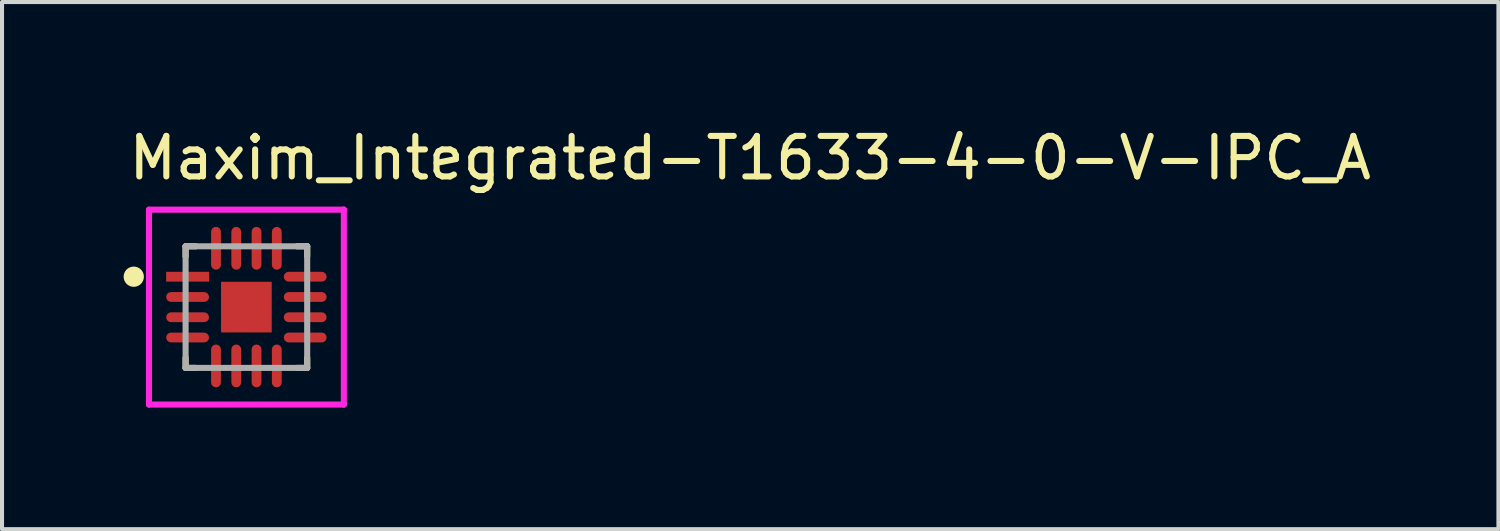
<source format=kicad_pcb>
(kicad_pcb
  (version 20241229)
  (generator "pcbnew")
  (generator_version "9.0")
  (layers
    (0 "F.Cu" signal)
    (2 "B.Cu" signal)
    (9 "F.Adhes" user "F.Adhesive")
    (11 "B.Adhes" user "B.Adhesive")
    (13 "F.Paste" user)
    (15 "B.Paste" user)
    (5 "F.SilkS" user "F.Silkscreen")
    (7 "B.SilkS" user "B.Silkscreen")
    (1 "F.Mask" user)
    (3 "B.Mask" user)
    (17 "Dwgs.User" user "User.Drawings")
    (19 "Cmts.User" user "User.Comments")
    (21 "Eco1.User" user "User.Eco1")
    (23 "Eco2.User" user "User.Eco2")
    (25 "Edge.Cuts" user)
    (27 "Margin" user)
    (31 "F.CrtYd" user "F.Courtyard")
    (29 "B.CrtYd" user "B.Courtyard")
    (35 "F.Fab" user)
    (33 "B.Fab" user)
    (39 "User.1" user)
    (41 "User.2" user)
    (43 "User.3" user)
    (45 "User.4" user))
  (footprint "Maxim_Integrated-T1633-4-0-V-IPC_A"
    (layer "F.Cu")
    (at 3.029 4.527)
    (property "Reference" "Maxim_Integrated-T1633-4-0-V-IPC_A" (at -2.979 -3.679 0) (layer "F.SilkS") (effects (font (size 1 1) (thickness 0.15)) (justify left)))
    (attr through_hole)
    (fp_line (start -1.5 -1.5) (end -1.5 -1.25) (stroke (width 0.15) (type solid)) (layer "F.SilkS"))
    (fp_line (start -1.5 1.5) (end -1.5 1.25) (stroke (width 0.15) (type solid)) (layer "F.SilkS"))
    (fp_line (start -1.25 -1.5) (end -1.5 -1.5) (stroke (width 0.15) (type solid)) (layer "F.SilkS"))
    (fp_line (start -1.25 1.5) (end -1.5 1.5) (stroke (width 0.15) (type solid)) (layer "F.SilkS"))
    (fp_line (start 1.25 -1.5) (end 1.5 -1.5) (stroke (width 0.15) (type solid)) (layer "F.SilkS"))
    (fp_line (start 1.25 1.5) (end 1.5 1.5) (stroke (width 0.15) (type solid)) (layer "F.SilkS"))
    (fp_line (start 1.5 -1.5) (end 1.5 -1.25) (stroke (width 0.15) (type solid)) (layer "F.SilkS"))
    (fp_line (start 1.5 1.5) (end 1.5 1.25) (stroke (width 0.15) (type solid)) (layer "F.SilkS"))
    (fp_circle (center -2.779 -0.75) (end -2.654 -0.75) (stroke (width 0.25) (type solid)) (fill no) (layer "F.SilkS"))
    (fp_poly (pts (xy -0.395 -0.395) (xy 0.395 -0.395) (xy 0.395 0.395) (xy -0.395 0.395)) (stroke (width 0) (type solid)) (fill yes) (layer "F.Paste"))
    (fp_line (start -2.404 -2.404) (end -2.404 2.404) (stroke (width 0.15) (type solid)) (layer "F.CrtYd"))
    (fp_line (start -2.404 2.404) (end 2.404 2.404) (stroke (width 0.15) (type solid)) (layer "F.CrtYd"))
    (fp_line (start 2.404 -2.404) (end -2.404 -2.404) (stroke (width 0.15) (type solid)) (layer "F.CrtYd"))
    (fp_line (start 2.404 -2.404) (end 2.404 -2.404) (stroke (width 0.15) (type solid)) (layer "F.CrtYd"))
    (fp_line (start 2.404 2.404) (end 2.404 -2.404) (stroke (width 0.15) (type solid)) (layer "F.CrtYd"))
    (fp_line (start -1.5 -1.5) (end 1.5 -1.5) (stroke (width 0.15) (type solid)) (layer "F.Fab"))
    (fp_line (start -1.5 1.5) (end -1.5 -1.5) (stroke (width 0.15) (type solid)) (layer "F.Fab"))
    (fp_line (start 1.5 -1.5) (end 1.5 1.5) (stroke (width 0.15) (type solid)) (layer "F.Fab"))
    (fp_line (start 1.5 1.5) (end -1.5 1.5) (stroke (width 0.15) (type solid)) (layer "F.Fab"))
    (pad "1" smd rect (at -1.451 -0.75) (size 1.057 0.242) (layers "F.Cu" "F.Mask" "F.Paste"))
    (pad "2" smd roundrect (at -1.451 -0.25) (size 1.057 0.242) (layers "F.Cu" "F.Mask" "F.Paste") (roundrect_rratio 0.5))
    (pad "3" smd roundrect (at -1.451 0.25) (size 1.057 0.242) (layers "F.Cu" "F.Mask" "F.Paste") (roundrect_rratio 0.5))
    (pad "4" smd roundrect (at -1.451 0.75) (size 1.057 0.242) (layers "F.Cu" "F.Mask" "F.Paste") (roundrect_rratio 0.5))
    (pad "5" smd roundrect (at -0.75 1.451) (size 0.242 1.057) (layers "F.Cu" "F.Mask" "F.Paste") (roundrect_rratio 0.5))
    (pad "6" smd roundrect (at -0.25 1.451) (size 0.242 1.057) (layers "F.Cu" "F.Mask" "F.Paste") (roundrect_rratio 0.5))
    (pad "7" smd roundrect (at 0.25 1.451) (size 0.242 1.057) (layers "F.Cu" "F.Mask" "F.Paste") (roundrect_rratio 0.5))
    (pad "8" smd roundrect (at 0.75 1.451) (size 0.242 1.057) (layers "F.Cu" "F.Mask" "F.Paste") (roundrect_rratio 0.5))
    (pad "9" smd roundrect (at 1.451 0.75) (size 1.057 0.242) (layers "F.Cu" "F.Mask" "F.Paste") (roundrect_rratio 0.5))
    (pad "10" smd roundrect (at 1.451 0.25) (size 1.057 0.242) (layers "F.Cu" "F.Mask" "F.Paste") (roundrect_rratio 0.5))
    (pad "11" smd roundrect (at 1.451 -0.25) (size 1.057 0.242) (layers "F.Cu" "F.Mask" "F.Paste") (roundrect_rratio 0.5))
    (pad "12" smd roundrect (at 1.451 -0.75) (size 1.057 0.242) (layers "F.Cu" "F.Mask" "F.Paste") (roundrect_rratio 0.5))
    (pad "13" smd roundrect (at 0.75 -1.451) (size 0.242 1.057) (layers "F.Cu" "F.Mask" "F.Paste") (roundrect_rratio 0.5))
    (pad "14" smd roundrect (at 0.25 -1.451) (size 0.242 1.057) (layers "F.Cu" "F.Mask" "F.Paste") (roundrect_rratio 0.5))
    (pad "15" smd roundrect (at -0.25 -1.451) (size 0.242 1.057) (layers "F.Cu" "F.Mask" "F.Paste") (roundrect_rratio 0.5))
    (pad "16" smd roundrect (at -0.75 -1.451) (size 0.242 1.057) (layers "F.Cu" "F.Mask" "F.Paste") (roundrect_rratio 0.5))
    (pad "17" smd rect (at 0 0) (size 1.25 1.25) (layers "F.Cu" "F.Mask")))
  (gr_rect
    (start -3 -3)
    (end 33.919 10.006)
    (stroke (width 0.1) (type default))
    (fill no)
    (layer "Edge.Cuts")))
</source>
